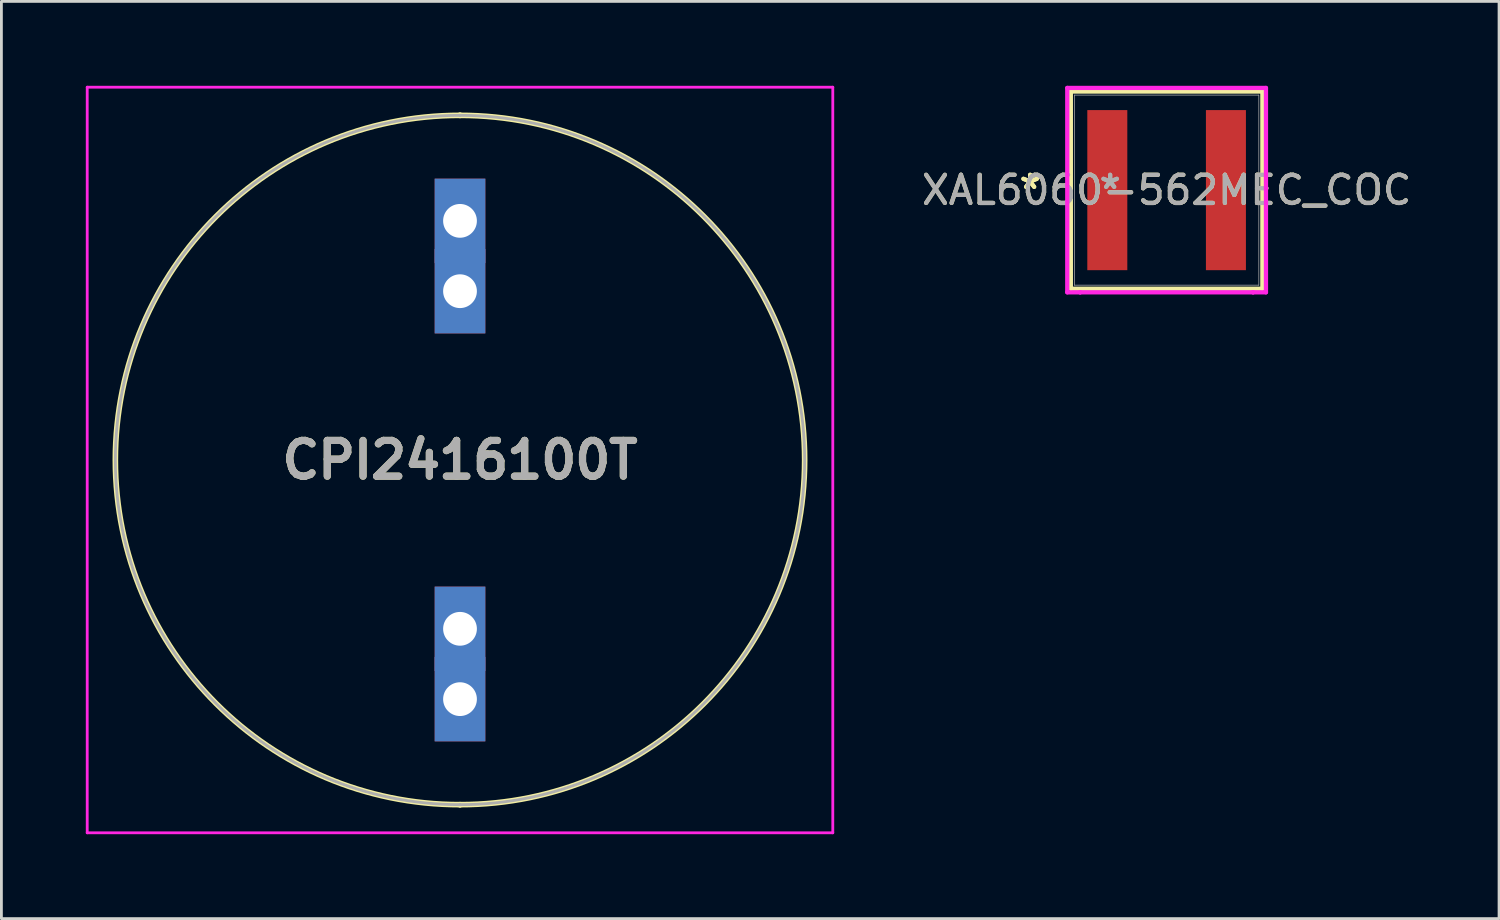
<source format=kicad_pcb>
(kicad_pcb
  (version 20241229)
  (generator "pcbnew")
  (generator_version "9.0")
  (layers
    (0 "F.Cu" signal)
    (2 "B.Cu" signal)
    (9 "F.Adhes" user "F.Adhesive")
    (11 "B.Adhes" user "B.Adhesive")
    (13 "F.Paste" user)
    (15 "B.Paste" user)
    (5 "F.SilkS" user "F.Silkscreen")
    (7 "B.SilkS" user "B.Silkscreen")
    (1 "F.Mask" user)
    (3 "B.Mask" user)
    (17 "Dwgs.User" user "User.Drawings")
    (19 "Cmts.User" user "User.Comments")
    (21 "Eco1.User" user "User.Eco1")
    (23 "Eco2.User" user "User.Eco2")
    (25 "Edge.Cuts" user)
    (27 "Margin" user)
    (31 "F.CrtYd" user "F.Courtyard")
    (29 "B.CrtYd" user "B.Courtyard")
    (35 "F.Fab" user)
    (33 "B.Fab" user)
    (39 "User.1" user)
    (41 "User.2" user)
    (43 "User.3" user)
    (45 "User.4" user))
  (footprint "XAL6060-562MEC_COC"
    (layer "F.Cu")
    (at 38.415 3.708)
    (property "Reference" "XAL6060-562MEC_COC" (at 0 0 0) (unlocked yes) (layer "F.SilkS") (effects (font (size 1 1) (thickness 0.15))))
    (attr smd)
    (fp_line (start -3.404 -3.505) (end -3.404 3.505) (stroke (width 0.152) (type solid)) (layer "F.SilkS"))
    (fp_line (start -3.404 3.505) (end 3.404 3.505) (stroke (width 0.152) (type solid)) (layer "F.SilkS"))
    (fp_line (start 3.404 -3.505) (end -3.404 -3.505) (stroke (width 0.152) (type solid)) (layer "F.SilkS"))
    (fp_line (start 3.404 3.505) (end 3.404 -3.505) (stroke (width 0.152) (type solid)) (layer "F.SilkS"))
    (fp_line (start -3.531 -3.632) (end 3.531 -3.632) (stroke (width 0.152) (type solid)) (layer "F.CrtYd"))
    (fp_line (start -3.531 3.632) (end -3.531 -3.632) (stroke (width 0.152) (type solid)) (layer "F.CrtYd"))
    (fp_line (start -3.073 3.632) (end -3.531 3.632) (stroke (width 0.152) (type solid)) (layer "F.CrtYd"))
    (fp_line (start -3.073 3.632) (end -3.073 3.632) (stroke (width 0.152) (type solid)) (layer "F.CrtYd"))
    (fp_line (start 3.073 3.632) (end -3.073 3.632) (stroke (width 0.152) (type solid)) (layer "F.CrtYd"))
    (fp_line (start 3.073 3.632) (end 3.073 3.632) (stroke (width 0.152) (type solid)) (layer "F.CrtYd"))
    (fp_line (start 3.073 3.632) (end 3.531 3.632) (stroke (width 0.152) (type solid)) (layer "F.CrtYd"))
    (fp_line (start 3.531 -3.632) (end 3.531 3.632) (stroke (width 0.152) (type solid)) (layer "F.CrtYd"))
    (fp_line (start -3.277 -3.378) (end -3.277 3.378) (stroke (width 0.025) (type solid)) (layer "F.Fab"))
    (fp_line (start -3.277 3.378) (end 3.277 3.378) (stroke (width 0.025) (type solid)) (layer "F.Fab"))
    (fp_line (start 3.277 -3.378) (end -3.277 -3.378) (stroke (width 0.025) (type solid)) (layer "F.Fab"))
    (fp_line (start 3.277 3.378) (end 3.277 -3.378) (stroke (width 0.025) (type solid)) (layer "F.Fab"))
    (fp_text user "*" (at -4.851 0 0) (unlocked yes) (layer "F.SilkS") (effects (font (size 1 1) (thickness 0.15))))
    (fp_text user "*" (at -4.851 0 0) (layer "F.SilkS") (effects (font (size 1 1) (thickness 0.15))))
    (fp_text user "*" (at -2.007 0 0) (layer "F.Fab") (effects (font (size 1 1) (thickness 0.15))))
    (fp_text user "*" (at -2.007 0 0) (unlocked yes) (layer "F.Fab") (effects (font (size 1 1) (thickness 0.15))))
    (fp_text user "${REFERENCE}" (at 0 0 0) (unlocked yes) (layer "F.Fab") (effects (font (size 1 1) (thickness 0.15))))
    (pad "1" smd rect (at -2.108 0) (size 1.422 5.69) (layers "F.Cu" "F.Mask" "F.Paste"))
    (pad "2" smd rect (at 2.108 0) (size 1.422 5.69) (layers "F.Cu" "F.Mask" "F.Paste")))
  (footprint "CPI2416100T"
    (layer "F.Cu")
    (at 13.3 7.3)
    (property "Reference" "CPI2416100T" (at 0 6 0) (layer "F.SilkS") (effects (font (size 1.27 1.27) (thickness 0.254))))
    (attr through_hole)
    (fp_line (start 0 -6.25) (end 0 -6.25) (stroke (width 0.2) (type solid)) (layer "F.SilkS"))
    (fp_line (start 0 18.25) (end 0 18.25) (stroke (width 0.2) (type solid)) (layer "F.SilkS"))
    (fp_arc (start 0 -6.25) (mid 12.25 6) (end 0 18.25) (stroke (width 0.2) (type solid)) (layer "F.SilkS"))
    (fp_arc (start 0 18.25) (mid -12.25 6) (end 0 -6.25) (stroke (width 0.2) (type solid)) (layer "F.SilkS"))
    (fp_line (start -13.25 -7.25) (end 13.25 -7.25) (stroke (width 0.1) (type solid)) (layer "F.CrtYd"))
    (fp_line (start -13.25 19.25) (end -13.25 -7.25) (stroke (width 0.1) (type solid)) (layer "F.CrtYd"))
    (fp_line (start 13.25 -7.25) (end 13.25 19.25) (stroke (width 0.1) (type solid)) (layer "F.CrtYd"))
    (fp_line (start 13.25 19.25) (end -13.25 19.25) (stroke (width 0.1) (type solid)) (layer "F.CrtYd"))
    (fp_line (start 0 -6.25) (end 0 -6.25) (stroke (width 0.1) (type solid)) (layer "F.Fab"))
    (fp_line (start 0 18.25) (end 0 18.25) (stroke (width 0.1) (type solid)) (layer "F.Fab"))
    (fp_arc (start 0 -6.25) (mid 12.25 6) (end 0 18.25) (stroke (width 0.1) (type solid)) (layer "F.Fab"))
    (fp_arc (start 0 18.25) (mid -12.25 6) (end 0 -6.25) (stroke (width 0.1) (type solid)) (layer "F.Fab"))
    (fp_text user "${REFERENCE}" (at 0 6 0) (layer "F.Fab") (effects (font (size 1.27 1.27) (thickness 0.254))))
    (pad "A1" thru_hole rect (at 0 0) (size 1.8 3) (drill 1.2) (layers "*.Cu" "*.Mask"))
    (pad "A2" thru_hole rect (at 0 -2.5) (size 1.8 3) (drill 1.2) (layers "*.Cu" "*.Mask"))
    (pad "B1" thru_hole rect (at 0 12) (size 1.8 3) (drill 1.2) (layers "*.Cu" "*.Mask"))
    (pad "B2" thru_hole rect (at 0 14.5) (size 1.8 3) (drill 1.2) (layers "*.Cu" "*.Mask")))
  (gr_rect
    (start -3 -3)
    (end 50.231 29.6)
    (stroke (width 0.1) (type default))
    (fill no)
    (layer "Edge.Cuts")))
</source>
